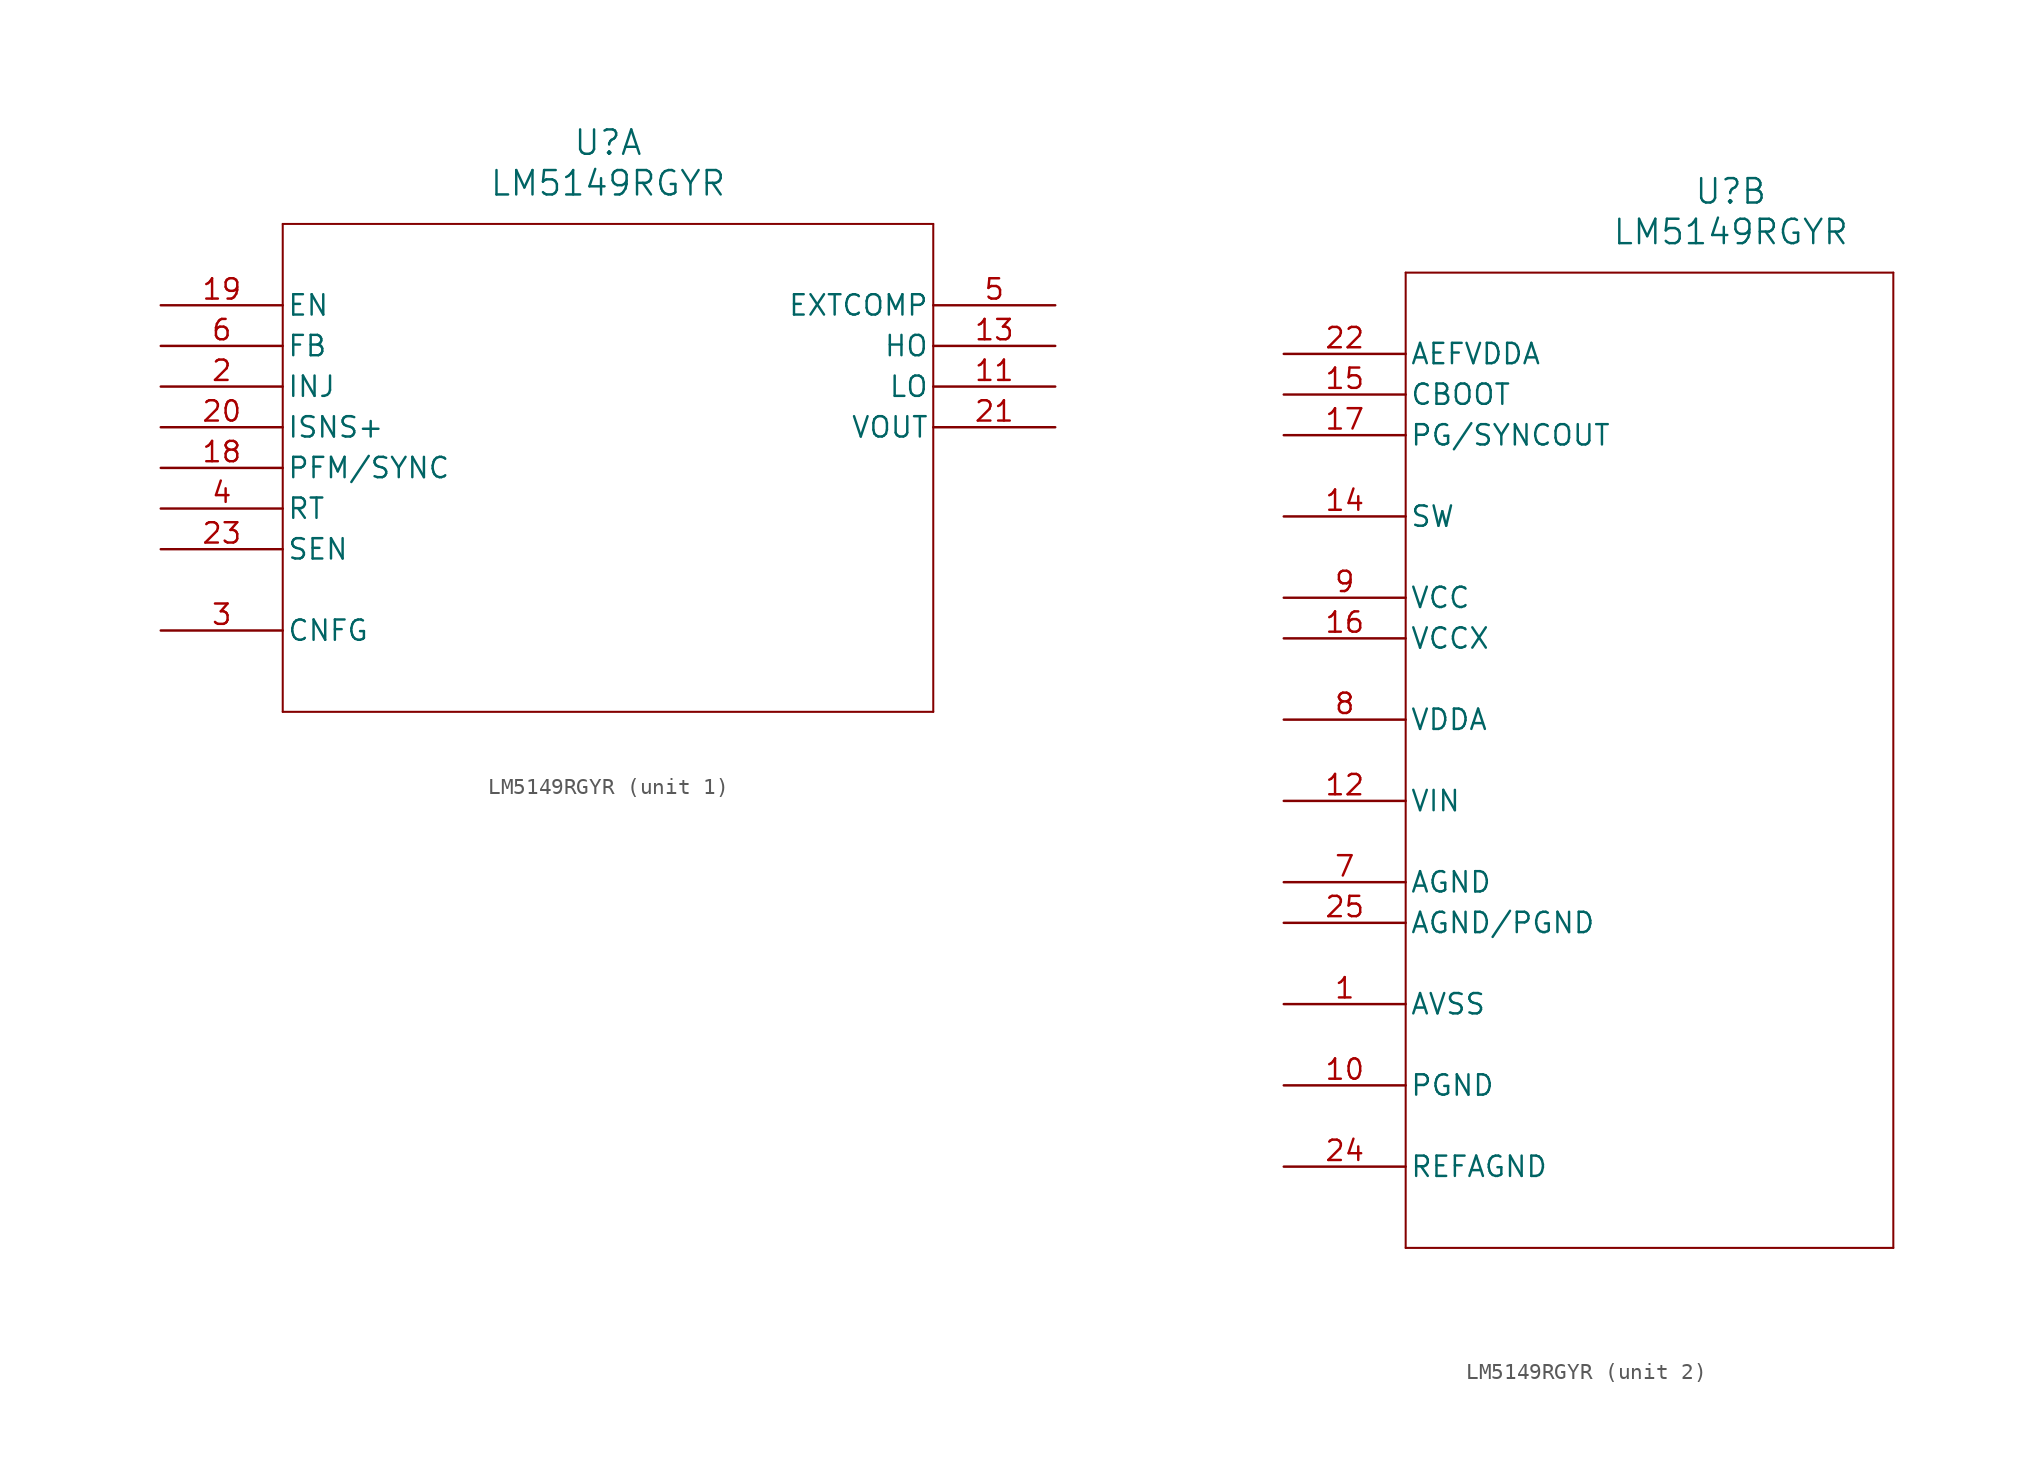
<source format=kicad_sym>
(kicad_symbol_lib
  (version 20211014)
  (generator kicad_symbol_editor)
  (symbol "LM5149RGYR"
    (pin_names
      (offset 0.254))
    (property "Reference" "U"
      (at 27.94 10.16 0)
      (effects (font (size 1.524 1.524))))
    (property "Value" "LM5149RGYR"
      (at 27.94 7.62 0)
      (effects (font (size 1.524 1.524))))
    (symbol "LM5149RGYR_1_1"
      (polyline (pts (xy 7.62 5.08) (xy 7.62 -25.4)) (stroke (width 0.127) (type default) (color 0 0 0 0)) (fill (type none)))
      (polyline (pts (xy 7.62 -25.4) (xy 48.26 -25.4)) (stroke (width 0.127) (type default) (color 0 0 0 0)) (fill (type none)))
      (polyline (pts (xy 48.26 -25.4) (xy 48.26 5.08)) (stroke (width 0.127) (type default) (color 0 0 0 0)) (fill (type none)))
      (polyline (pts (xy 48.26 5.08) (xy 7.62 5.08)) (stroke (width 0.127) (type default) (color 0 0 0 0)) (fill (type none)))
      (pin output line (at 0 -5.08 0) (length 7.62) (name "INJ" (effects (font (size 1.27 1.27)))) (number "2" (effects (font (size 1.27 1.27)))))
      (pin unspecified line (at 0 -20.32 0) (length 7.62) (name "CNFG" (effects (font (size 1.27 1.27)))) (number "3" (effects (font (size 1.27 1.27)))))
      (pin input line (at 0 -12.7 0) (length 7.62) (name "RT" (effects (font (size 1.27 1.27)))) (number "4" (effects (font (size 1.27 1.27)))))
      (pin output line (at 55.88 0 180) (length 7.62) (name "EXTCOMP" (effects (font (size 1.27 1.27)))) (number "5" (effects (font (size 1.27 1.27)))))
      (pin input line (at 0 -2.54 0) (length 7.62) (name "FB" (effects (font (size 1.27 1.27)))) (number "6" (effects (font (size 1.27 1.27)))))
      (pin output line (at 55.88 -5.08 180) (length 7.62) (name "LO" (effects (font (size 1.27 1.27)))) (number "11" (effects (font (size 1.27 1.27)))))
      (pin output line (at 55.88 -2.54 180) (length 7.62) (name "HO" (effects (font (size 1.27 1.27)))) (number "13" (effects (font (size 1.27 1.27)))))
      (pin input line (at 0 -10.16 0) (length 7.62) (name "PFM/SYNC" (effects (font (size 1.27 1.27)))) (number "18" (effects (font (size 1.27 1.27)))))
      (pin input line (at 0 0 0) (length 7.62) (name "EN" (effects (font (size 1.27 1.27)))) (number "19" (effects (font (size 1.27 1.27)))))
      (pin input line (at 0 -7.62 0) (length 7.62) (name "ISNS+" (effects (font (size 1.27 1.27)))) (number "20" (effects (font (size 1.27 1.27)))))
      (pin input line (at 55.88 -7.62 180) (length 7.62) (name "VOUT" (effects (font (size 1.27 1.27)))) (number "21" (effects (font (size 1.27 1.27)))))
      (pin input line (at 0 -15.24 0) (length 7.62) (name "SEN" (effects (font (size 1.27 1.27)))) (number "23" (effects (font (size 1.27 1.27))))))
    (symbol "LM5149RGYR_2_1"
      (polyline (pts (xy 7.62 5.08) (xy 7.62 -55.88)) (stroke (width 0.127) (type default) (color 0 0 0 0)) (fill (type none)))
      (polyline (pts (xy 7.62 -55.88) (xy 38.1 -55.88)) (stroke (width 0.127) (type default) (color 0 0 0 0)) (fill (type none)))
      (polyline (pts (xy 38.1 -55.88) (xy 38.1 5.08)) (stroke (width 0.127) (type default) (color 0 0 0 0)) (fill (type none)))
      (polyline (pts (xy 38.1 5.08) (xy 7.62 5.08)) (stroke (width 0.127) (type default) (color 0 0 0 0)) (fill (type none)))
      (pin power_out line (at 0 -40.64 0) (length 7.62) (name "AVSS" (effects (font (size 1.27 1.27)))) (number "1" (effects (font (size 1.27 1.27)))))
      (pin power_out line (at 0 -33.02 0) (length 7.62) (name "AGND" (effects (font (size 1.27 1.27)))) (number "7" (effects (font (size 1.27 1.27)))))
      (pin output line (at 0 -22.86 0) (length 7.62) (name "VDDA" (effects (font (size 1.27 1.27)))) (number "8" (effects (font (size 1.27 1.27)))))
      (pin power_in line (at 0 -15.24 0) (length 7.62) (name "VCC" (effects (font (size 1.27 1.27)))) (number "9" (effects (font (size 1.27 1.27)))))
      (pin power_out line (at 0 -45.72 0) (length 7.62) (name "PGND" (effects (font (size 1.27 1.27)))) (number "10" (effects (font (size 1.27 1.27)))))
      (pin power_in line (at 0 -27.94 0) (length 7.62) (name "VIN" (effects (font (size 1.27 1.27)))) (number "12" (effects (font (size 1.27 1.27)))))
      (pin power_in line (at 0 -10.16 0) (length 7.62) (name "SW" (effects (font (size 1.27 1.27)))) (number "14" (effects (font (size 1.27 1.27)))))
      (pin power_in line (at 0 -2.54 0) (length 7.62) (name "CBOOT" (effects (font (size 1.27 1.27)))) (number "15" (effects (font (size 1.27 1.27)))))
      (pin power_in line (at 0 -17.78 0) (length 7.62) (name "VCCX" (effects (font (size 1.27 1.27)))) (number "16" (effects (font (size 1.27 1.27)))))
      (pin power_in line (at 0 -5.08 0) (length 7.62) (name "PG/SYNCOUT" (effects (font (size 1.27 1.27)))) (number "17" (effects (font (size 1.27 1.27)))))
      (pin power_in line (at 0 0 0) (length 7.62) (name "AEFVDDA" (effects (font (size 1.27 1.27)))) (number "22" (effects (font (size 1.27 1.27)))))
      (pin power_out line (at 0 -50.8 0) (length 7.62) (name "REFAGND" (effects (font (size 1.27 1.27)))) (number "24" (effects (font (size 1.27 1.27)))))
      (pin power_out line (at 0 -35.56 0) (length 7.62) (name "AGND/PGND" (effects (font (size 1.27 1.27)))) (number "25" (effects (font (size 1.27 1.27))))))))
</source>
